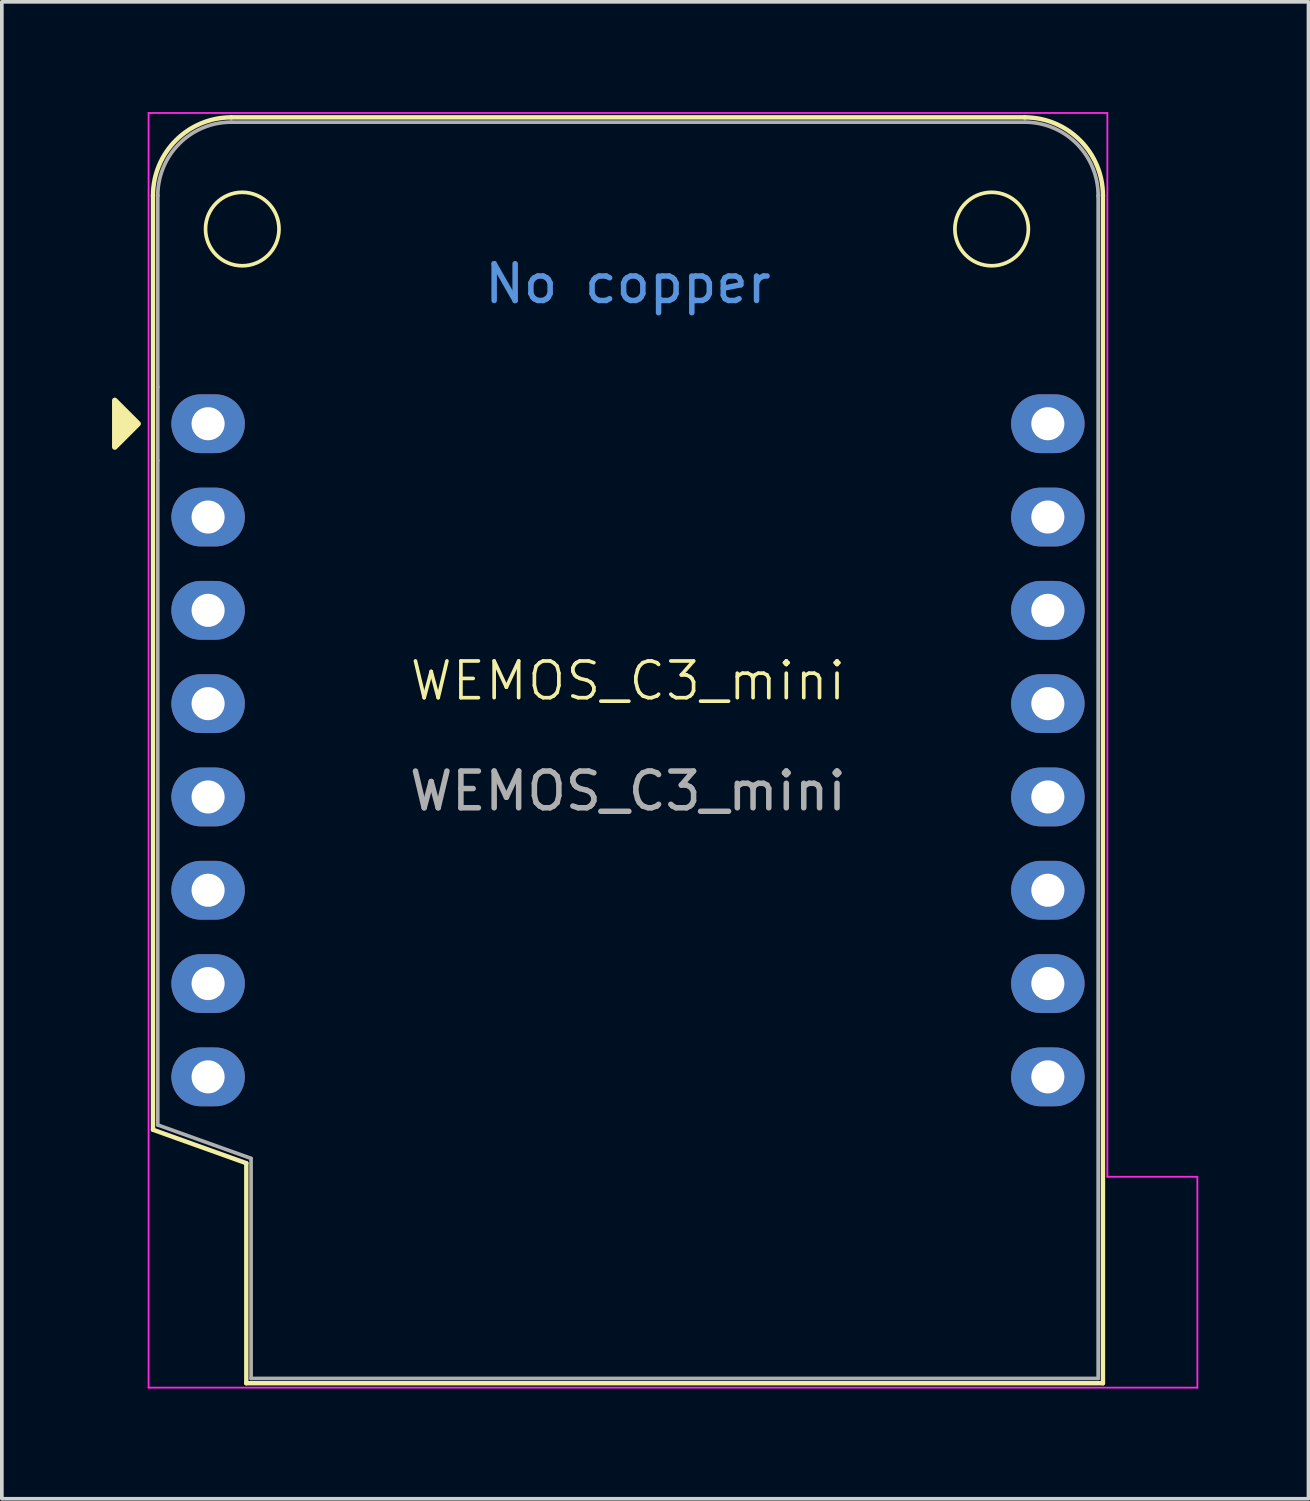
<source format=kicad_pcb>
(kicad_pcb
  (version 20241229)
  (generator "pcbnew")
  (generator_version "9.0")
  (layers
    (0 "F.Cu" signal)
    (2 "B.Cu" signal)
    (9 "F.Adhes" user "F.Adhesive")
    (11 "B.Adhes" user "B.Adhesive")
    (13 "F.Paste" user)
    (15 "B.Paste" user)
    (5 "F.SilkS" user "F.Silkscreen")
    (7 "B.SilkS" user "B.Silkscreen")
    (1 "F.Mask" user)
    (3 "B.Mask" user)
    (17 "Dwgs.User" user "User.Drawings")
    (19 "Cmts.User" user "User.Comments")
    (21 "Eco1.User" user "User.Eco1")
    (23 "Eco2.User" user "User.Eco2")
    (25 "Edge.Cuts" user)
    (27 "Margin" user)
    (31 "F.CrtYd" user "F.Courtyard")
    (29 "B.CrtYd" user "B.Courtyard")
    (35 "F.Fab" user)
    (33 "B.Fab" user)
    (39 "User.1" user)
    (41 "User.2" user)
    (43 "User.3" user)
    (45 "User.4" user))
  (footprint "WEMOS_C3_mini"
    (layer "F.Cu")
    (at 14.045 15.985)
    (property "Reference" "WEMOS_C3_mini" (at 0 -0.5 0) (unlocked yes) (layer "F.SilkS") (effects (font (size 1 1) (thickness 0.1))))
    (attr smd)
    (fp_line (start -12.93 11.72) (end -12.93 -13.71) (stroke (width 0.12) (type solid)) (layer "F.SilkS"))
    (fp_line (start -12.93 11.72) (end -10.39 12.63) (stroke (width 0.12) (type solid)) (layer "F.SilkS"))
    (fp_line (start -10.39 12.63) (end -10.39 18.62) (stroke (width 0.12) (type solid)) (layer "F.SilkS"))
    (fp_line (start -10.39 18.62) (end 12.93 18.62) (stroke (width 0.12) (type solid)) (layer "F.SilkS"))
    (fp_line (start 10.81 -15.84) (end -10.8 -15.84) (stroke (width 0.12) (type solid)) (layer "F.SilkS"))
    (fp_line (start 12.93 18.62) (end 12.93 -13.71) (stroke (width 0.12) (type solid)) (layer "F.SilkS"))
    (fp_arc (start -12.93 -13.71) (mid -12.306137 -15.216137) (end -10.8 -15.84) (stroke (width 0.12) (type solid)) (layer "F.SilkS"))
    (fp_arc (start 10.8 -15.84) (mid 12.306137 -15.216137) (end 12.93 -13.71) (stroke (width 0.12) (type solid)) (layer "F.SilkS"))
    (fp_circle (center -10.5 -12.8) (end -9.5 -12.8) (stroke (width 0.1) (type default)) (fill no) (layer "F.SilkS"))
    (fp_circle (center 9.9 -12.8) (end 10.9 -12.8) (stroke (width 0.1) (type default)) (fill no) (layer "F.SilkS"))
    (fp_poly (pts (xy -13.97 -8.135) (xy -13.97 -6.865) (xy -13.335 -7.5)) (stroke (width 0.15) (type solid)) (fill yes) (layer "F.SilkS"))
    (fp_line (start -13.05 -15.96) (end 13.05 -15.96) (stroke (width 0.05) (type solid)) (layer "F.CrtYd"))
    (fp_line (start -13.05 18.74) (end -13.05 -15.96) (stroke (width 0.05) (type solid)) (layer "F.CrtYd"))
    (fp_line (start 13.05 -15.96) (end 13.05 13) (stroke (width 0.05) (type solid)) (layer "F.CrtYd"))
    (fp_line (start 13.05 13) (end 15.5 13) (stroke (width 0.05) (type default)) (layer "F.CrtYd"))
    (fp_line (start 15.5 18.74) (end -13.05 18.74) (stroke (width 0.05) (type solid)) (layer "F.CrtYd"))
    (fp_line (start 15.5 18.74) (end 15.5 13) (stroke (width 0.05) (type default)) (layer "F.CrtYd"))
    (fp_line (start -12.8 -13.71) (end -12.8 -8.5) (stroke (width 0.1) (type solid)) (layer "F.Fab"))
    (fp_line (start -12.8 -6.5) (end -12.8 -8.5) (stroke (width 0.1) (type solid)) (layer "F.Fab"))
    (fp_line (start -12.8 -6.5) (end -12.8 11.59) (stroke (width 0.1) (type solid)) (layer "F.Fab"))
    (fp_line (start -12.8 11.59) (end -10.26 12.5) (stroke (width 0.1) (type solid)) (layer "F.Fab"))
    (fp_line (start -10.26 12.5) (end -10.26 18.49) (stroke (width 0.1) (type solid)) (layer "F.Fab"))
    (fp_line (start -10.26 18.49) (end 12.8 18.49) (stroke (width 0.1) (type solid)) (layer "F.Fab"))
    (fp_line (start 10.8 -15.71) (end -10.8 -15.71) (stroke (width 0.1) (type solid)) (layer "F.Fab"))
    (fp_line (start 12.8 18.49) (end 12.8 -13.71) (stroke (width 0.1) (type solid)) (layer "F.Fab"))
    (fp_arc (start -12.8 -13.71) (mid -12.214214 -15.124214) (end -10.8 -15.71) (stroke (width 0.1) (type solid)) (layer "F.Fab"))
    (fp_arc (start 10.82 -15.71) (mid 12.228356 -15.110071) (end 12.8 -13.69) (stroke (width 0.1) (type solid)) (layer "F.Fab"))
    (fp_text user "No copper" (at 0 -11.31 0) (layer "Cmts.User") (effects (font (size 1 1) (thickness 0.15))))
    (fp_text user "${REFERENCE}" (at 0 2.5 0) (layer "F.Fab") (effects (font (size 1 1) (thickness 0.15))))
    (pad "1" thru_hole oval (at -11.43 -7.5) (size 2 1.6) (drill 0.9) (layers "*.Cu" "*.Mask"))
    (pad "2" thru_hole oval (at -11.43 -4.96) (size 2 1.6) (drill 0.9) (layers "*.Cu" "*.Mask"))
    (pad "3" thru_hole oval (at -11.43 -2.42) (size 2 1.6) (drill 0.9) (layers "*.Cu" "*.Mask"))
    (pad "4" thru_hole oval (at -11.43 0.12) (size 2 1.6) (drill 0.9) (layers "*.Cu" "*.Mask"))
    (pad "5" thru_hole oval (at -11.43 2.66) (size 2 1.6) (drill 0.9) (layers "*.Cu" "*.Mask"))
    (pad "6" thru_hole oval (at -11.43 5.2) (size 2 1.6) (drill 0.9) (layers "*.Cu" "*.Mask"))
    (pad "7" thru_hole oval (at -11.43 7.74) (size 2 1.6) (drill 0.9) (layers "*.Cu" "*.Mask"))
    (pad "8" thru_hole oval (at -11.43 10.28) (size 2 1.6) (drill 0.9) (layers "*.Cu" "*.Mask"))
    (pad "9" thru_hole oval (at 11.43 10.28) (size 2 1.6) (drill 0.9) (layers "*.Cu" "*.Mask"))
    (pad "10" thru_hole oval (at 11.43 7.74) (size 2 1.6) (drill 0.9) (layers "*.Cu" "*.Mask"))
    (pad "11" thru_hole oval (at 11.43 5.2) (size 2 1.6) (drill 0.9) (layers "*.Cu" "*.Mask"))
    (pad "12" thru_hole oval (at 11.43 2.66) (size 2 1.6) (drill 0.9) (layers "*.Cu" "*.Mask"))
    (pad "13" thru_hole oval (at 11.43 0.12) (size 2 1.6) (drill 0.9) (layers "*.Cu" "*.Mask"))
    (pad "14" thru_hole oval (at 11.43 -2.42) (size 2 1.6) (drill 0.9) (layers "*.Cu" "*.Mask"))
    (pad "15" thru_hole oval (at 11.43 -4.96) (size 2 1.6) (drill 0.9) (layers "*.Cu" "*.Mask"))
    (pad "16" thru_hole oval (at 11.43 -7.5) (size 2 1.6) (drill 0.9) (layers "*.Cu" "*.Mask"))
    (zone (net_name "") (layers "F.Cu" "B.Cu" "Dwgs.User") (name "No Copper") (hatch edge 0.5) (connect_pads) (min_thickness 0.25) (filled_areas_thickness no) (keepout (tracks not_allowed) (vias not_allowed) (pads not_allowed) (copperpour not_allowed) (footprints not_allowed)) (placement (enabled no)) (fill) (polygon (pts (xy 1.265 0.285) (xy 26.865 0.285) (xy 26.865 7.085) (xy 1.265 7.085)))))
  (gr_rect
    (start -3 -3)
    (end 32.57 37.75)
    (stroke (width 0.1) (type default))
    (fill no)
    (layer "Edge.Cuts")))
</source>
